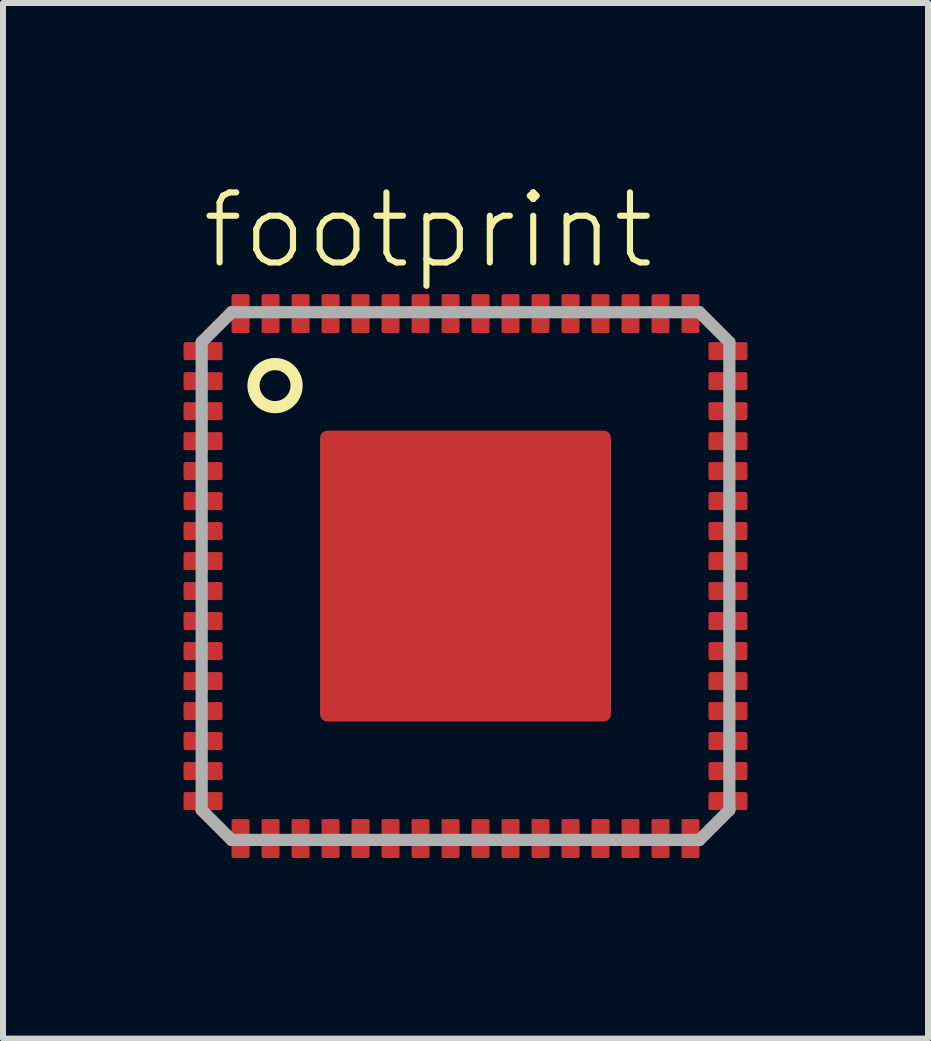
<source format=kicad_pcb>
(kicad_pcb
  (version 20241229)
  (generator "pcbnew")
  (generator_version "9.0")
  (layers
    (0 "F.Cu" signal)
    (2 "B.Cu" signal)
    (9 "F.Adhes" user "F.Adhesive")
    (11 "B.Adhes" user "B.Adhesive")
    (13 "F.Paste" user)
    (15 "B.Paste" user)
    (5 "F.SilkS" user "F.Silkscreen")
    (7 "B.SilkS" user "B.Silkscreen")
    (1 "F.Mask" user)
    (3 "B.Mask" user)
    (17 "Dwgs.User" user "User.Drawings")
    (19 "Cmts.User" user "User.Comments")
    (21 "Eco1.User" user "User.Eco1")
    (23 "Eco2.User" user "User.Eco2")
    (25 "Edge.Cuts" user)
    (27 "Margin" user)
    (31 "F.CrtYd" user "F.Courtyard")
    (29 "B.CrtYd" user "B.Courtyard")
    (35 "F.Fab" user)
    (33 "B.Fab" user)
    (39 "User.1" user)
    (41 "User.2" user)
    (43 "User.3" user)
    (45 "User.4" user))
  (footprint "footprint"
    (layer "F.Cu")
    (at 4.71 6.553)
    (property "Reference" "footprint" (at -4.445 -5.08 0) (layer "F.SilkS") (effects (font (size 1.168 1.168) (thickness 0.102)) (justify left bottom)))
    (fp_poly (pts (xy -4.71 -3.59) (xy -4.04 -3.59) (xy -4.04 -3.91) (xy -4.71 -3.91)) (stroke (width 0) (type solid)) (fill yes) (layer "F.Mask"))
    (fp_poly (pts (xy -4.71 -3.09) (xy -4.04 -3.09) (xy -4.04 -3.41) (xy -4.71 -3.41)) (stroke (width 0) (type solid)) (fill yes) (layer "F.Mask"))
    (fp_poly (pts (xy -4.71 -2.59) (xy -4.04 -2.59) (xy -4.04 -2.91) (xy -4.71 -2.91)) (stroke (width 0) (type solid)) (fill yes) (layer "F.Mask"))
    (fp_poly (pts (xy -4.71 -2.09) (xy -4.04 -2.09) (xy -4.04 -2.41) (xy -4.71 -2.41)) (stroke (width 0) (type solid)) (fill yes) (layer "F.Mask"))
    (fp_poly (pts (xy -4.71 -1.59) (xy -4.04 -1.59) (xy -4.04 -1.91) (xy -4.71 -1.91)) (stroke (width 0) (type solid)) (fill yes) (layer "F.Mask"))
    (fp_poly (pts (xy -4.71 -1.09) (xy -4.04 -1.09) (xy -4.04 -1.41) (xy -4.71 -1.41)) (stroke (width 0) (type solid)) (fill yes) (layer "F.Mask"))
    (fp_poly (pts (xy -4.71 -0.59) (xy -4.04 -0.59) (xy -4.04 -0.91) (xy -4.71 -0.91)) (stroke (width 0) (type solid)) (fill yes) (layer "F.Mask"))
    (fp_poly (pts (xy -4.71 -0.09) (xy -4.04 -0.09) (xy -4.04 -0.41) (xy -4.71 -0.41)) (stroke (width 0) (type solid)) (fill yes) (layer "F.Mask"))
    (fp_poly (pts (xy -4.71 0.41) (xy -4.04 0.41) (xy -4.04 0.09) (xy -4.71 0.09)) (stroke (width 0) (type solid)) (fill yes) (layer "F.Mask"))
    (fp_poly (pts (xy -4.71 0.91) (xy -4.04 0.91) (xy -4.04 0.59) (xy -4.71 0.59)) (stroke (width 0) (type solid)) (fill yes) (layer "F.Mask"))
    (fp_poly (pts (xy -4.71 1.41) (xy -4.04 1.41) (xy -4.04 1.09) (xy -4.71 1.09)) (stroke (width 0) (type solid)) (fill yes) (layer "F.Mask"))
    (fp_poly (pts (xy -4.71 1.91) (xy -4.04 1.91) (xy -4.04 1.59) (xy -4.71 1.59)) (stroke (width 0) (type solid)) (fill yes) (layer "F.Mask"))
    (fp_poly (pts (xy -4.71 2.41) (xy -4.04 2.41) (xy -4.04 2.09) (xy -4.71 2.09)) (stroke (width 0) (type solid)) (fill yes) (layer "F.Mask"))
    (fp_poly (pts (xy -4.71 2.91) (xy -4.04 2.91) (xy -4.04 2.59) (xy -4.71 2.59)) (stroke (width 0) (type solid)) (fill yes) (layer "F.Mask"))
    (fp_poly (pts (xy -4.71 3.41) (xy -4.04 3.41) (xy -4.04 3.09) (xy -4.71 3.09)) (stroke (width 0) (type solid)) (fill yes) (layer "F.Mask"))
    (fp_poly (pts (xy -4.71 3.91) (xy -4.04 3.91) (xy -4.04 3.59) (xy -4.71 3.59)) (stroke (width 0) (type solid)) (fill yes) (layer "F.Mask"))
    (fp_poly (pts (xy -3.91 -4.71) (xy -3.91 -4.04) (xy -3.59 -4.04) (xy -3.59 -4.71)) (stroke (width 0) (type solid)) (fill yes) (layer "F.Mask"))
    (fp_poly (pts (xy -3.59 4.71) (xy -3.59 4.04) (xy -3.91 4.04) (xy -3.91 4.71)) (stroke (width 0) (type solid)) (fill yes) (layer "F.Mask"))
    (fp_poly (pts (xy -3.41 -4.71) (xy -3.41 -4.04) (xy -3.09 -4.04) (xy -3.09 -4.71)) (stroke (width 0) (type solid)) (fill yes) (layer "F.Mask"))
    (fp_poly (pts (xy -3.09 4.71) (xy -3.09 4.04) (xy -3.41 4.04) (xy -3.41 4.71)) (stroke (width 0) (type solid)) (fill yes) (layer "F.Mask"))
    (fp_poly (pts (xy -2.91 -4.71) (xy -2.91 -4.04) (xy -2.59 -4.04) (xy -2.59 -4.71)) (stroke (width 0) (type solid)) (fill yes) (layer "F.Mask"))
    (fp_poly (pts (xy -2.59 4.71) (xy -2.59 4.04) (xy -2.91 4.04) (xy -2.91 4.71)) (stroke (width 0) (type solid)) (fill yes) (layer "F.Mask"))
    (fp_poly (pts (xy -2.45 2.46) (xy 2.46 2.46) (xy 2.46 -2.45) (xy -2.45 -2.45)) (stroke (width 0) (type solid)) (fill yes) (layer "F.Mask"))
    (fp_poly (pts (xy -2.41 -4.71) (xy -2.41 -4.04) (xy -2.09 -4.04) (xy -2.09 -4.71)) (stroke (width 0) (type solid)) (fill yes) (layer "F.Mask"))
    (fp_poly (pts (xy -2.09 4.71) (xy -2.09 4.04) (xy -2.41 4.04) (xy -2.41 4.71)) (stroke (width 0) (type solid)) (fill yes) (layer "F.Mask"))
    (fp_poly (pts (xy -1.91 -4.71) (xy -1.91 -4.04) (xy -1.59 -4.04) (xy -1.59 -4.71)) (stroke (width 0) (type solid)) (fill yes) (layer "F.Mask"))
    (fp_poly (pts (xy -1.59 4.71) (xy -1.59 4.04) (xy -1.91 4.04) (xy -1.91 4.71)) (stroke (width 0) (type solid)) (fill yes) (layer "F.Mask"))
    (fp_poly (pts (xy -1.41 -4.71) (xy -1.41 -4.04) (xy -1.09 -4.04) (xy -1.09 -4.71)) (stroke (width 0) (type solid)) (fill yes) (layer "F.Mask"))
    (fp_poly (pts (xy -1.09 4.71) (xy -1.09 4.04) (xy -1.41 4.04) (xy -1.41 4.71)) (stroke (width 0) (type solid)) (fill yes) (layer "F.Mask"))
    (fp_poly (pts (xy -0.91 -4.71) (xy -0.91 -4.04) (xy -0.59 -4.04) (xy -0.59 -4.71)) (stroke (width 0) (type solid)) (fill yes) (layer "F.Mask"))
    (fp_poly (pts (xy -0.59 4.71) (xy -0.59 4.04) (xy -0.91 4.04) (xy -0.91 4.71)) (stroke (width 0) (type solid)) (fill yes) (layer "F.Mask"))
    (fp_poly (pts (xy -0.41 -4.71) (xy -0.41 -4.04) (xy -0.09 -4.04) (xy -0.09 -4.71)) (stroke (width 0) (type solid)) (fill yes) (layer "F.Mask"))
    (fp_poly (pts (xy -0.09 4.71) (xy -0.09 4.04) (xy -0.41 4.04) (xy -0.41 4.71)) (stroke (width 0) (type solid)) (fill yes) (layer "F.Mask"))
    (fp_poly (pts (xy 0.09 -4.71) (xy 0.09 -4.04) (xy 0.41 -4.04) (xy 0.41 -4.71)) (stroke (width 0) (type solid)) (fill yes) (layer "F.Mask"))
    (fp_poly (pts (xy 0.41 4.71) (xy 0.41 4.04) (xy 0.09 4.04) (xy 0.09 4.71)) (stroke (width 0) (type solid)) (fill yes) (layer "F.Mask"))
    (fp_poly (pts (xy 0.59 -4.71) (xy 0.59 -4.04) (xy 0.91 -4.04) (xy 0.91 -4.71)) (stroke (width 0) (type solid)) (fill yes) (layer "F.Mask"))
    (fp_poly (pts (xy 0.91 4.71) (xy 0.91 4.04) (xy 0.59 4.04) (xy 0.59 4.71)) (stroke (width 0) (type solid)) (fill yes) (layer "F.Mask"))
    (fp_poly (pts (xy 1.09 -4.71) (xy 1.09 -4.04) (xy 1.41 -4.04) (xy 1.41 -4.71)) (stroke (width 0) (type solid)) (fill yes) (layer "F.Mask"))
    (fp_poly (pts (xy 1.41 4.71) (xy 1.41 4.04) (xy 1.09 4.04) (xy 1.09 4.71)) (stroke (width 0) (type solid)) (fill yes) (layer "F.Mask"))
    (fp_poly (pts (xy 1.59 -4.71) (xy 1.59 -4.04) (xy 1.91 -4.04) (xy 1.91 -4.71)) (stroke (width 0) (type solid)) (fill yes) (layer "F.Mask"))
    (fp_poly (pts (xy 1.91 4.71) (xy 1.91 4.04) (xy 1.59 4.04) (xy 1.59 4.71)) (stroke (width 0) (type solid)) (fill yes) (layer "F.Mask"))
    (fp_poly (pts (xy 2.09 -4.71) (xy 2.09 -4.04) (xy 2.41 -4.04) (xy 2.41 -4.71)) (stroke (width 0) (type solid)) (fill yes) (layer "F.Mask"))
    (fp_poly (pts (xy 2.41 4.71) (xy 2.41 4.04) (xy 2.09 4.04) (xy 2.09 4.71)) (stroke (width 0) (type solid)) (fill yes) (layer "F.Mask"))
    (fp_poly (pts (xy 2.59 -4.71) (xy 2.59 -4.04) (xy 2.91 -4.04) (xy 2.91 -4.71)) (stroke (width 0) (type solid)) (fill yes) (layer "F.Mask"))
    (fp_poly (pts (xy 2.91 4.71) (xy 2.91 4.04) (xy 2.59 4.04) (xy 2.59 4.71)) (stroke (width 0) (type solid)) (fill yes) (layer "F.Mask"))
    (fp_poly (pts (xy 3.09 -4.71) (xy 3.09 -4.04) (xy 3.41 -4.04) (xy 3.41 -4.71)) (stroke (width 0) (type solid)) (fill yes) (layer "F.Mask"))
    (fp_poly (pts (xy 3.41 4.71) (xy 3.41 4.04) (xy 3.09 4.04) (xy 3.09 4.71)) (stroke (width 0) (type solid)) (fill yes) (layer "F.Mask"))
    (fp_poly (pts (xy 3.59 -4.71) (xy 3.59 -4.04) (xy 3.91 -4.04) (xy 3.91 -4.71)) (stroke (width 0) (type solid)) (fill yes) (layer "F.Mask"))
    (fp_poly (pts (xy 3.91 4.71) (xy 3.91 4.04) (xy 3.59 4.04) (xy 3.59 4.71)) (stroke (width 0) (type solid)) (fill yes) (layer "F.Mask"))
    (fp_poly (pts (xy 4.71 -3.91) (xy 4.04 -3.91) (xy 4.04 -3.59) (xy 4.71 -3.59)) (stroke (width 0) (type solid)) (fill yes) (layer "F.Mask"))
    (fp_poly (pts (xy 4.71 -3.41) (xy 4.04 -3.41) (xy 4.04 -3.09) (xy 4.71 -3.09)) (stroke (width 0) (type solid)) (fill yes) (layer "F.Mask"))
    (fp_poly (pts (xy 4.71 -2.91) (xy 4.04 -2.91) (xy 4.04 -2.59) (xy 4.71 -2.59)) (stroke (width 0) (type solid)) (fill yes) (layer "F.Mask"))
    (fp_poly (pts (xy 4.71 -2.41) (xy 4.04 -2.41) (xy 4.04 -2.09) (xy 4.71 -2.09)) (stroke (width 0) (type solid)) (fill yes) (layer "F.Mask"))
    (fp_poly (pts (xy 4.71 -1.91) (xy 4.04 -1.91) (xy 4.04 -1.59) (xy 4.71 -1.59)) (stroke (width 0) (type solid)) (fill yes) (layer "F.Mask"))
    (fp_poly (pts (xy 4.71 -1.41) (xy 4.04 -1.41) (xy 4.04 -1.09) (xy 4.71 -1.09)) (stroke (width 0) (type solid)) (fill yes) (layer "F.Mask"))
    (fp_poly (pts (xy 4.71 -0.91) (xy 4.04 -0.91) (xy 4.04 -0.59) (xy 4.71 -0.59)) (stroke (width 0) (type solid)) (fill yes) (layer "F.Mask"))
    (fp_poly (pts (xy 4.71 -0.41) (xy 4.04 -0.41) (xy 4.04 -0.09) (xy 4.71 -0.09)) (stroke (width 0) (type solid)) (fill yes) (layer "F.Mask"))
    (fp_poly (pts (xy 4.71 0.09) (xy 4.04 0.09) (xy 4.04 0.41) (xy 4.71 0.41)) (stroke (width 0) (type solid)) (fill yes) (layer "F.Mask"))
    (fp_poly (pts (xy 4.71 0.59) (xy 4.04 0.59) (xy 4.04 0.91) (xy 4.71 0.91)) (stroke (width 0) (type solid)) (fill yes) (layer "F.Mask"))
    (fp_poly (pts (xy 4.71 1.09) (xy 4.04 1.09) (xy 4.04 1.41) (xy 4.71 1.41)) (stroke (width 0) (type solid)) (fill yes) (layer "F.Mask"))
    (fp_poly (pts (xy 4.71 1.59) (xy 4.04 1.59) (xy 4.04 1.91) (xy 4.71 1.91)) (stroke (width 0) (type solid)) (fill yes) (layer "F.Mask"))
    (fp_poly (pts (xy 4.71 2.09) (xy 4.04 2.09) (xy 4.04 2.41) (xy 4.71 2.41)) (stroke (width 0) (type solid)) (fill yes) (layer "F.Mask"))
    (fp_poly (pts (xy 4.71 2.59) (xy 4.04 2.59) (xy 4.04 2.91) (xy 4.71 2.91)) (stroke (width 0) (type solid)) (fill yes) (layer "F.Mask"))
    (fp_poly (pts (xy 4.71 3.09) (xy 4.04 3.09) (xy 4.04 3.41) (xy 4.71 3.41)) (stroke (width 0) (type solid)) (fill yes) (layer "F.Mask"))
    (fp_poly (pts (xy 4.71 3.59) (xy 4.04 3.59) (xy 4.04 3.91) (xy 4.71 3.91)) (stroke (width 0) (type solid)) (fill yes) (layer "F.Mask"))
    (fp_circle (center -3.175 -3.175) (end -2.816 -3.175) (stroke (width 0.203) (type solid)) (fill no) (layer "F.SilkS"))
    (fp_line (start -4.398 -3.9) (end -4.398 3.9) (stroke (width 0.203) (type solid)) (layer "F.Fab"))
    (fp_line (start -4.398 -3.9) (end -3.9 -4.398) (stroke (width 0.203) (type solid)) (layer "F.Fab"))
    (fp_line (start -3.9 4.398) (end -4.398 3.9) (stroke (width 0.203) (type solid)) (layer "F.Fab"))
    (fp_line (start -3.9 4.398) (end 3.9 4.398) (stroke (width 0.203) (type solid)) (layer "F.Fab"))
    (fp_line (start 3.9 -4.398) (end -3.9 -4.398) (stroke (width 0.203) (type solid)) (layer "F.Fab"))
    (fp_line (start 3.9 -4.398) (end 4.398 -3.9) (stroke (width 0.203) (type solid)) (layer "F.Fab"))
    (fp_line (start 4.398 3.9) (end 3.9 4.398) (stroke (width 0.203) (type solid)) (layer "F.Fab"))
    (fp_line (start 4.398 3.9) (end 4.398 -3.9) (stroke (width 0.203) (type solid)) (layer "F.Fab"))
    (pad "1" smd roundrect (at -4.375 -3.75) (size 0.65 0.3) (layers "F.Cu" "F.Paste") (roundrect_rratio 0.1))
    (pad "2" smd roundrect (at -4.375 -3.25) (size 0.65 0.3) (layers "F.Cu" "F.Paste") (roundrect_rratio 0.1))
    (pad "3" smd roundrect (at -4.375 -2.75) (size 0.65 0.3) (layers "F.Cu" "F.Paste") (roundrect_rratio 0.1))
    (pad "4" smd roundrect (at -4.375 -2.25) (size 0.65 0.3) (layers "F.Cu" "F.Paste") (roundrect_rratio 0.1))
    (pad "5" smd roundrect (at -4.375 -1.75) (size 0.65 0.3) (layers "F.Cu" "F.Paste") (roundrect_rratio 0.1))
    (pad "6" smd roundrect (at -4.375 -1.25) (size 0.65 0.3) (layers "F.Cu" "F.Paste") (roundrect_rratio 0.1))
    (pad "7" smd roundrect (at -4.375 -0.75) (size 0.65 0.3) (layers "F.Cu" "F.Paste") (roundrect_rratio 0.1))
    (pad "8" smd roundrect (at -4.375 -0.25) (size 0.65 0.3) (layers "F.Cu" "F.Paste") (roundrect_rratio 0.1))
    (pad "9" smd roundrect (at -4.375 0.25) (size 0.65 0.3) (layers "F.Cu" "F.Paste") (roundrect_rratio 0.1))
    (pad "10" smd roundrect (at -4.375 0.75) (size 0.65 0.3) (layers "F.Cu" "F.Paste") (roundrect_rratio 0.1))
    (pad "11" smd roundrect (at -4.375 1.25) (size 0.65 0.3) (layers "F.Cu" "F.Paste") (roundrect_rratio 0.1))
    (pad "12" smd roundrect (at -4.375 1.75) (size 0.65 0.3) (layers "F.Cu" "F.Paste") (roundrect_rratio 0.1))
    (pad "13" smd roundrect (at -4.375 2.25) (size 0.65 0.3) (layers "F.Cu" "F.Paste") (roundrect_rratio 0.1))
    (pad "14" smd roundrect (at -4.375 2.75) (size 0.65 0.3) (layers "F.Cu" "F.Paste") (roundrect_rratio 0.1))
    (pad "15" smd roundrect (at -4.375 3.25) (size 0.65 0.3) (layers "F.Cu" "F.Paste") (roundrect_rratio 0.1))
    (pad "16" smd roundrect (at -4.375 3.75) (size 0.65 0.3) (layers "F.Cu" "F.Paste") (roundrect_rratio 0.1))
    (pad "17" smd roundrect (at -3.75 4.375) (size 0.3 0.65) (layers "F.Cu" "F.Paste") (roundrect_rratio 0.1))
    (pad "18" smd roundrect (at -3.25 4.375) (size 0.3 0.65) (layers "F.Cu" "F.Paste") (roundrect_rratio 0.1))
    (pad "19" smd roundrect (at -2.75 4.375) (size 0.3 0.65) (layers "F.Cu" "F.Paste") (roundrect_rratio 0.1))
    (pad "20" smd roundrect (at -2.25 4.375) (size 0.3 0.65) (layers "F.Cu" "F.Paste") (roundrect_rratio 0.1))
    (pad "21" smd roundrect (at -1.75 4.375) (size 0.3 0.65) (layers "F.Cu" "F.Paste") (roundrect_rratio 0.1))
    (pad "22" smd roundrect (at -1.25 4.375) (size 0.3 0.65) (layers "F.Cu" "F.Paste") (roundrect_rratio 0.1))
    (pad "23" smd roundrect (at -0.75 4.375) (size 0.3 0.65) (layers "F.Cu" "F.Paste") (roundrect_rratio 0.1))
    (pad "24" smd roundrect (at -0.25 4.375) (size 0.3 0.65) (layers "F.Cu" "F.Paste") (roundrect_rratio 0.1))
    (pad "25" smd roundrect (at 0.25 4.375) (size 0.3 0.65) (layers "F.Cu" "F.Paste") (roundrect_rratio 0.1))
    (pad "26" smd roundrect (at 0.75 4.375) (size 0.3 0.65) (layers "F.Cu" "F.Paste") (roundrect_rratio 0.1))
    (pad "27" smd roundrect (at 1.25 4.375) (size 0.3 0.65) (layers "F.Cu" "F.Paste") (roundrect_rratio 0.1))
    (pad "28" smd roundrect (at 1.75 4.375) (size 0.3 0.65) (layers "F.Cu" "F.Paste") (roundrect_rratio 0.1))
    (pad "29" smd roundrect (at 2.25 4.375) (size 0.3 0.65) (layers "F.Cu" "F.Paste") (roundrect_rratio 0.1))
    (pad "30" smd roundrect (at 2.75 4.375) (size 0.3 0.65) (layers "F.Cu" "F.Paste") (roundrect_rratio 0.1))
    (pad "31" smd roundrect (at 3.25 4.375) (size 0.3 0.65) (layers "F.Cu" "F.Paste") (roundrect_rratio 0.1))
    (pad "32" smd roundrect (at 3.75 4.375) (size 0.3 0.65) (layers "F.Cu" "F.Paste") (roundrect_rratio 0.1))
    (pad "33" smd roundrect (at 4.375 3.75) (size 0.65 0.3) (layers "F.Cu" "F.Paste") (roundrect_rratio 0.1))
    (pad "34" smd roundrect (at 4.375 3.25) (size 0.65 0.3) (layers "F.Cu" "F.Paste") (roundrect_rratio 0.1))
    (pad "35" smd roundrect (at 4.375 2.75) (size 0.65 0.3) (layers "F.Cu" "F.Paste") (roundrect_rratio 0.1))
    (pad "36" smd roundrect (at 4.375 2.25) (size 0.65 0.3) (layers "F.Cu" "F.Paste") (roundrect_rratio 0.1))
    (pad "37" smd roundrect (at 4.375 1.75) (size 0.65 0.3) (layers "F.Cu" "F.Paste") (roundrect_rratio 0.1))
    (pad "38" smd roundrect (at 4.375 1.25) (size 0.65 0.3) (layers "F.Cu" "F.Paste") (roundrect_rratio 0.1))
    (pad "39" smd roundrect (at 4.375 0.75) (size 0.65 0.3) (layers "F.Cu" "F.Paste") (roundrect_rratio 0.1))
    (pad "40" smd roundrect (at 4.375 0.25) (size 0.65 0.3) (layers "F.Cu" "F.Paste") (roundrect_rratio 0.1))
    (pad "41" smd roundrect (at 4.375 -0.25) (size 0.65 0.3) (layers "F.Cu" "F.Paste") (roundrect_rratio 0.1))
    (pad "42" smd roundrect (at 4.375 -0.75) (size 0.65 0.3) (layers "F.Cu" "F.Paste") (roundrect_rratio 0.1))
    (pad "43" smd roundrect (at 4.375 -1.25) (size 0.65 0.3) (layers "F.Cu" "F.Paste") (roundrect_rratio 0.1))
    (pad "44" smd roundrect (at 4.375 -1.75) (size 0.65 0.3) (layers "F.Cu" "F.Paste") (roundrect_rratio 0.1))
    (pad "45" smd roundrect (at 4.375 -2.25) (size 0.65 0.3) (layers "F.Cu" "F.Paste") (roundrect_rratio 0.1))
    (pad "46" smd roundrect (at 4.375 -2.75) (size 0.65 0.3) (layers "F.Cu" "F.Paste") (roundrect_rratio 0.1))
    (pad "47" smd roundrect (at 4.375 -3.25) (size 0.65 0.3) (layers "F.Cu" "F.Paste") (roundrect_rratio 0.1))
    (pad "48" smd roundrect (at 4.375 -3.75) (size 0.65 0.3) (layers "F.Cu" "F.Paste") (roundrect_rratio 0.1))
    (pad "49" smd roundrect (at 3.75 -4.375) (size 0.3 0.65) (layers "F.Cu" "F.Paste") (roundrect_rratio 0.1))
    (pad "50" smd roundrect (at 3.25 -4.375) (size 0.3 0.65) (layers "F.Cu" "F.Paste") (roundrect_rratio 0.1))
    (pad "51" smd roundrect (at 2.75 -4.375) (size 0.3 0.65) (layers "F.Cu" "F.Paste") (roundrect_rratio 0.1))
    (pad "52" smd roundrect (at 2.25 -4.375) (size 0.3 0.65) (layers "F.Cu" "F.Paste") (roundrect_rratio 0.1))
    (pad "53" smd roundrect (at 1.75 -4.375) (size 0.3 0.65) (layers "F.Cu" "F.Paste") (roundrect_rratio 0.1))
    (pad "54" smd roundrect (at 1.25 -4.375) (size 0.3 0.65) (layers "F.Cu" "F.Paste") (roundrect_rratio 0.1))
    (pad "55" smd roundrect (at 0.75 -4.375) (size 0.3 0.65) (layers "F.Cu" "F.Paste") (roundrect_rratio 0.1))
    (pad "56" smd roundrect (at 0.25 -4.375) (size 0.3 0.65) (layers "F.Cu" "F.Paste") (roundrect_rratio 0.1))
    (pad "57" smd roundrect (at -0.25 -4.375) (size 0.3 0.65) (layers "F.Cu" "F.Paste") (roundrect_rratio 0.1))
    (pad "58" smd roundrect (at -0.75 -4.375) (size 0.3 0.65) (layers "F.Cu" "F.Paste") (roundrect_rratio 0.1))
    (pad "59" smd roundrect (at -1.25 -4.375) (size 0.3 0.65) (layers "F.Cu" "F.Paste") (roundrect_rratio 0.1))
    (pad "60" smd roundrect (at -1.75 -4.375) (size 0.3 0.65) (layers "F.Cu" "F.Paste") (roundrect_rratio 0.1))
    (pad "61" smd roundrect (at -2.25 -4.375) (size 0.3 0.65) (layers "F.Cu" "F.Paste") (roundrect_rratio 0.1))
    (pad "62" smd roundrect (at -2.75 -4.375) (size 0.3 0.65) (layers "F.Cu" "F.Paste") (roundrect_rratio 0.1))
    (pad "63" smd roundrect (at -3.25 -4.375) (size 0.3 0.65) (layers "F.Cu" "F.Paste") (roundrect_rratio 0.1))
    (pad "64" smd roundrect (at -3.75 -4.375) (size 0.3 0.65) (layers "F.Cu" "F.Paste") (roundrect_rratio 0.1))
    (pad "EXP" smd roundrect (at 0 0) (size 4.85 4.85) (layers "F.Cu" "F.Paste") (roundrect_rratio 0.025)))
  (gr_rect
    (start -3 -3)
    (end 12.42 14.263)
    (stroke (width 0.1) (type default))
    (fill no)
    (layer "Edge.Cuts")))
</source>
